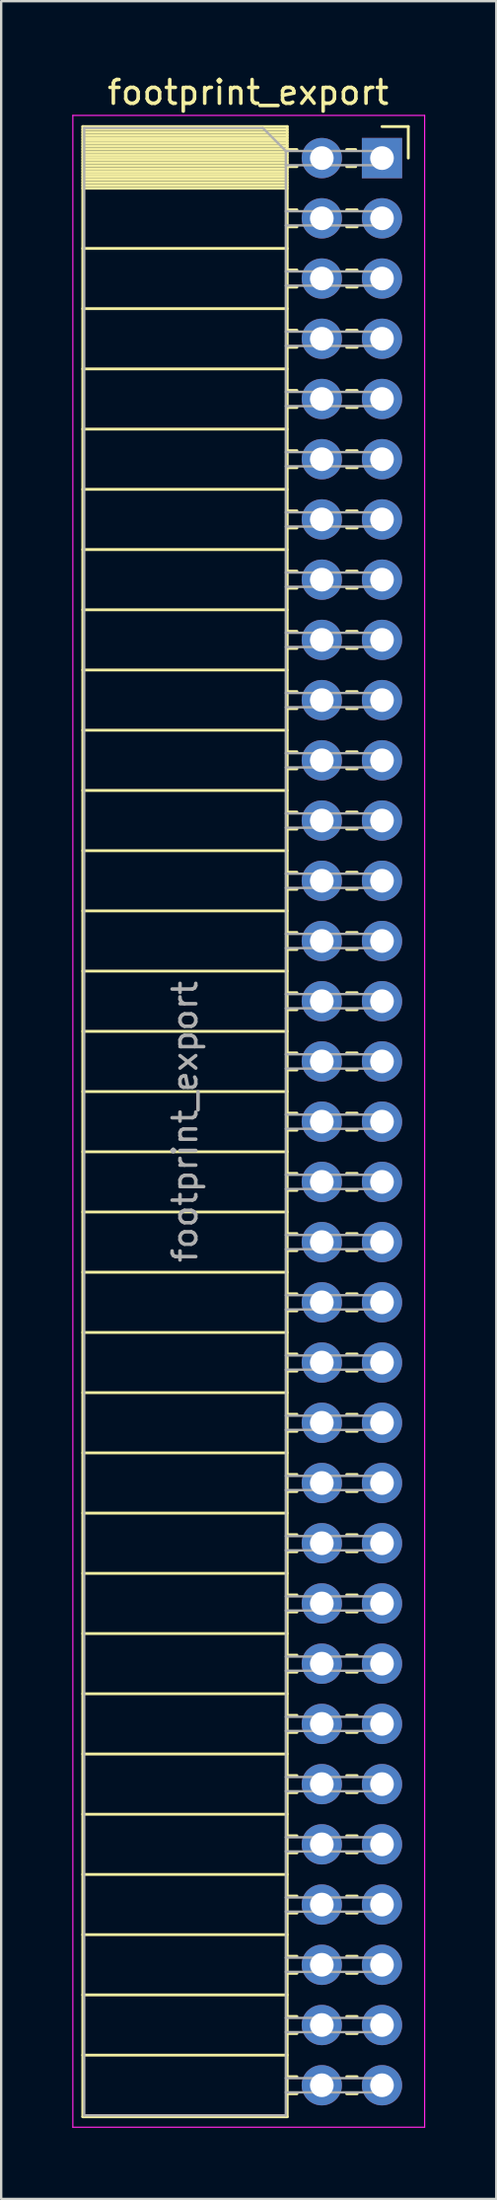
<source format=kicad_pcb>
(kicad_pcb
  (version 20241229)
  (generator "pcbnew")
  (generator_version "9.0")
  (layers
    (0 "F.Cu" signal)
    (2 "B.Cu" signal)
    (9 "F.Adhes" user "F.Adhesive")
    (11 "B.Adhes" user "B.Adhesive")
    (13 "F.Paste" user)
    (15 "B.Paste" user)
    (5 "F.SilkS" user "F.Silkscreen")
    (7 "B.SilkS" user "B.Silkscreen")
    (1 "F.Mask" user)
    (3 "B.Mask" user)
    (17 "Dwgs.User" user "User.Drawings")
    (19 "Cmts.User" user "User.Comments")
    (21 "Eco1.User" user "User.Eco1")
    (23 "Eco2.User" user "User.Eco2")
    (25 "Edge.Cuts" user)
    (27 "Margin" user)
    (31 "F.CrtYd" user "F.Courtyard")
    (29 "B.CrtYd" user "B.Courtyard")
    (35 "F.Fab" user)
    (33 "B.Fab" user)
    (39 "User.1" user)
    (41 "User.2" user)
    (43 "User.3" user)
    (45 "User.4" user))
  (footprint "footprint_export"
    (layer "F.Cu")
    (at 13.075 3.618)
    (property "Reference" "footprint_export" (at -5.65 -2.77 0) (layer "F.SilkS") (effects (font (size 1 1) (thickness 0.15))))
    (attr through_hole)
    (fp_line (start -12.63 -1.33) (end -12.63 82.61) (stroke (width 0.12) (type solid)) (layer "F.SilkS"))
    (fp_line (start -12.63 -1.33) (end -4 -1.33) (stroke (width 0.12) (type solid)) (layer "F.SilkS"))
    (fp_line (start -12.63 -1.21) (end -4 -1.21) (stroke (width 0.12) (type solid)) (layer "F.SilkS"))
    (fp_line (start -12.63 -1.092) (end -4 -1.092) (stroke (width 0.12) (type solid)) (layer "F.SilkS"))
    (fp_line (start -12.63 -0.974) (end -4 -0.974) (stroke (width 0.12) (type solid)) (layer "F.SilkS"))
    (fp_line (start -12.63 -0.856) (end -4 -0.856) (stroke (width 0.12) (type solid)) (layer "F.SilkS"))
    (fp_line (start -12.63 -0.738) (end -4 -0.738) (stroke (width 0.12) (type solid)) (layer "F.SilkS"))
    (fp_line (start -12.63 -0.62) (end -4 -0.62) (stroke (width 0.12) (type solid)) (layer "F.SilkS"))
    (fp_line (start -12.63 -0.501) (end -4 -0.501) (stroke (width 0.12) (type solid)) (layer "F.SilkS"))
    (fp_line (start -12.63 -0.383) (end -4 -0.383) (stroke (width 0.12) (type solid)) (layer "F.SilkS"))
    (fp_line (start -12.63 -0.265) (end -4 -0.265) (stroke (width 0.12) (type solid)) (layer "F.SilkS"))
    (fp_line (start -12.63 -0.147) (end -4 -0.147) (stroke (width 0.12) (type solid)) (layer "F.SilkS"))
    (fp_line (start -12.63 -0.029) (end -4 -0.029) (stroke (width 0.12) (type solid)) (layer "F.SilkS"))
    (fp_line (start -12.63 0.089) (end -4 0.089) (stroke (width 0.12) (type solid)) (layer "F.SilkS"))
    (fp_line (start -12.63 0.207) (end -4 0.207) (stroke (width 0.12) (type solid)) (layer "F.SilkS"))
    (fp_line (start -12.63 0.325) (end -4 0.325) (stroke (width 0.12) (type solid)) (layer "F.SilkS"))
    (fp_line (start -12.63 0.443) (end -4 0.443) (stroke (width 0.12) (type solid)) (layer "F.SilkS"))
    (fp_line (start -12.63 0.561) (end -4 0.561) (stroke (width 0.12) (type solid)) (layer "F.SilkS"))
    (fp_line (start -12.63 0.68) (end -4 0.68) (stroke (width 0.12) (type solid)) (layer "F.SilkS"))
    (fp_line (start -12.63 0.798) (end -4 0.798) (stroke (width 0.12) (type solid)) (layer "F.SilkS"))
    (fp_line (start -12.63 0.916) (end -4 0.916) (stroke (width 0.12) (type solid)) (layer "F.SilkS"))
    (fp_line (start -12.63 1.034) (end -4 1.034) (stroke (width 0.12) (type solid)) (layer "F.SilkS"))
    (fp_line (start -12.63 1.152) (end -4 1.152) (stroke (width 0.12) (type solid)) (layer "F.SilkS"))
    (fp_line (start -12.63 1.27) (end -4 1.27) (stroke (width 0.12) (type solid)) (layer "F.SilkS"))
    (fp_line (start -12.63 3.81) (end -4 3.81) (stroke (width 0.12) (type solid)) (layer "F.SilkS"))
    (fp_line (start -12.63 6.35) (end -4 6.35) (stroke (width 0.12) (type solid)) (layer "F.SilkS"))
    (fp_line (start -12.63 8.89) (end -4 8.89) (stroke (width 0.12) (type solid)) (layer "F.SilkS"))
    (fp_line (start -12.63 11.43) (end -4 11.43) (stroke (width 0.12) (type solid)) (layer "F.SilkS"))
    (fp_line (start -12.63 13.97) (end -4 13.97) (stroke (width 0.12) (type solid)) (layer "F.SilkS"))
    (fp_line (start -12.63 16.51) (end -4 16.51) (stroke (width 0.12) (type solid)) (layer "F.SilkS"))
    (fp_line (start -12.63 19.05) (end -4 19.05) (stroke (width 0.12) (type solid)) (layer "F.SilkS"))
    (fp_line (start -12.63 21.59) (end -4 21.59) (stroke (width 0.12) (type solid)) (layer "F.SilkS"))
    (fp_line (start -12.63 24.13) (end -4 24.13) (stroke (width 0.12) (type solid)) (layer "F.SilkS"))
    (fp_line (start -12.63 26.67) (end -4 26.67) (stroke (width 0.12) (type solid)) (layer "F.SilkS"))
    (fp_line (start -12.63 29.21) (end -4 29.21) (stroke (width 0.12) (type solid)) (layer "F.SilkS"))
    (fp_line (start -12.63 31.75) (end -4 31.75) (stroke (width 0.12) (type solid)) (layer "F.SilkS"))
    (fp_line (start -12.63 34.29) (end -4 34.29) (stroke (width 0.12) (type solid)) (layer "F.SilkS"))
    (fp_line (start -12.63 36.83) (end -4 36.83) (stroke (width 0.12) (type solid)) (layer "F.SilkS"))
    (fp_line (start -12.63 39.37) (end -4 39.37) (stroke (width 0.12) (type solid)) (layer "F.SilkS"))
    (fp_line (start -12.63 41.91) (end -4 41.91) (stroke (width 0.12) (type solid)) (layer "F.SilkS"))
    (fp_line (start -12.63 44.45) (end -4 44.45) (stroke (width 0.12) (type solid)) (layer "F.SilkS"))
    (fp_line (start -12.63 46.99) (end -4 46.99) (stroke (width 0.12) (type solid)) (layer "F.SilkS"))
    (fp_line (start -12.63 49.53) (end -4 49.53) (stroke (width 0.12) (type solid)) (layer "F.SilkS"))
    (fp_line (start -12.63 52.07) (end -4 52.07) (stroke (width 0.12) (type solid)) (layer "F.SilkS"))
    (fp_line (start -12.63 54.61) (end -4 54.61) (stroke (width 0.12) (type solid)) (layer "F.SilkS"))
    (fp_line (start -12.63 57.15) (end -4 57.15) (stroke (width 0.12) (type solid)) (layer "F.SilkS"))
    (fp_line (start -12.63 59.69) (end -4 59.69) (stroke (width 0.12) (type solid)) (layer "F.SilkS"))
    (fp_line (start -12.63 62.23) (end -4 62.23) (stroke (width 0.12) (type solid)) (layer "F.SilkS"))
    (fp_line (start -12.63 64.77) (end -4 64.77) (stroke (width 0.12) (type solid)) (layer "F.SilkS"))
    (fp_line (start -12.63 67.31) (end -4 67.31) (stroke (width 0.12) (type solid)) (layer "F.SilkS"))
    (fp_line (start -12.63 69.85) (end -4 69.85) (stroke (width 0.12) (type solid)) (layer "F.SilkS"))
    (fp_line (start -12.63 72.39) (end -4 72.39) (stroke (width 0.12) (type solid)) (layer "F.SilkS"))
    (fp_line (start -12.63 74.93) (end -4 74.93) (stroke (width 0.12) (type solid)) (layer "F.SilkS"))
    (fp_line (start -12.63 77.47) (end -4 77.47) (stroke (width 0.12) (type solid)) (layer "F.SilkS"))
    (fp_line (start -12.63 80.01) (end -4 80.01) (stroke (width 0.12) (type solid)) (layer "F.SilkS"))
    (fp_line (start -12.63 82.61) (end -4 82.61) (stroke (width 0.12) (type solid)) (layer "F.SilkS"))
    (fp_line (start -4 -1.33) (end -4 82.61) (stroke (width 0.12) (type solid)) (layer "F.SilkS"))
    (fp_line (start -4 -0.36) (end -3.59 -0.36) (stroke (width 0.12) (type solid)) (layer "F.SilkS"))
    (fp_line (start -4 0.36) (end -3.59 0.36) (stroke (width 0.12) (type solid)) (layer "F.SilkS"))
    (fp_line (start -4 2.18) (end -3.59 2.18) (stroke (width 0.12) (type solid)) (layer "F.SilkS"))
    (fp_line (start -4 2.9) (end -3.59 2.9) (stroke (width 0.12) (type solid)) (layer "F.SilkS"))
    (fp_line (start -4 4.72) (end -3.59 4.72) (stroke (width 0.12) (type solid)) (layer "F.SilkS"))
    (fp_line (start -4 5.44) (end -3.59 5.44) (stroke (width 0.12) (type solid)) (layer "F.SilkS"))
    (fp_line (start -4 7.26) (end -3.59 7.26) (stroke (width 0.12) (type solid)) (layer "F.SilkS"))
    (fp_line (start -4 7.98) (end -3.59 7.98) (stroke (width 0.12) (type solid)) (layer "F.SilkS"))
    (fp_line (start -4 9.8) (end -3.59 9.8) (stroke (width 0.12) (type solid)) (layer "F.SilkS"))
    (fp_line (start -4 10.52) (end -3.59 10.52) (stroke (width 0.12) (type solid)) (layer "F.SilkS"))
    (fp_line (start -4 12.34) (end -3.59 12.34) (stroke (width 0.12) (type solid)) (layer "F.SilkS"))
    (fp_line (start -4 13.06) (end -3.59 13.06) (stroke (width 0.12) (type solid)) (layer "F.SilkS"))
    (fp_line (start -4 14.88) (end -3.59 14.88) (stroke (width 0.12) (type solid)) (layer "F.SilkS"))
    (fp_line (start -4 15.6) (end -3.59 15.6) (stroke (width 0.12) (type solid)) (layer "F.SilkS"))
    (fp_line (start -4 17.42) (end -3.59 17.42) (stroke (width 0.12) (type solid)) (layer "F.SilkS"))
    (fp_line (start -4 18.14) (end -3.59 18.14) (stroke (width 0.12) (type solid)) (layer "F.SilkS"))
    (fp_line (start -4 19.96) (end -3.59 19.96) (stroke (width 0.12) (type solid)) (layer "F.SilkS"))
    (fp_line (start -4 20.68) (end -3.59 20.68) (stroke (width 0.12) (type solid)) (layer "F.SilkS"))
    (fp_line (start -4 22.5) (end -3.59 22.5) (stroke (width 0.12) (type solid)) (layer "F.SilkS"))
    (fp_line (start -4 23.22) (end -3.59 23.22) (stroke (width 0.12) (type solid)) (layer "F.SilkS"))
    (fp_line (start -4 25.04) (end -3.59 25.04) (stroke (width 0.12) (type solid)) (layer "F.SilkS"))
    (fp_line (start -4 25.76) (end -3.59 25.76) (stroke (width 0.12) (type solid)) (layer "F.SilkS"))
    (fp_line (start -4 27.58) (end -3.59 27.58) (stroke (width 0.12) (type solid)) (layer "F.SilkS"))
    (fp_line (start -4 28.3) (end -3.59 28.3) (stroke (width 0.12) (type solid)) (layer "F.SilkS"))
    (fp_line (start -4 30.12) (end -3.59 30.12) (stroke (width 0.12) (type solid)) (layer "F.SilkS"))
    (fp_line (start -4 30.84) (end -3.59 30.84) (stroke (width 0.12) (type solid)) (layer "F.SilkS"))
    (fp_line (start -4 32.66) (end -3.59 32.66) (stroke (width 0.12) (type solid)) (layer "F.SilkS"))
    (fp_line (start -4 33.38) (end -3.59 33.38) (stroke (width 0.12) (type solid)) (layer "F.SilkS"))
    (fp_line (start -4 35.2) (end -3.59 35.2) (stroke (width 0.12) (type solid)) (layer "F.SilkS"))
    (fp_line (start -4 35.92) (end -3.59 35.92) (stroke (width 0.12) (type solid)) (layer "F.SilkS"))
    (fp_line (start -4 37.74) (end -3.59 37.74) (stroke (width 0.12) (type solid)) (layer "F.SilkS"))
    (fp_line (start -4 38.46) (end -3.59 38.46) (stroke (width 0.12) (type solid)) (layer "F.SilkS"))
    (fp_line (start -4 40.28) (end -3.59 40.28) (stroke (width 0.12) (type solid)) (layer "F.SilkS"))
    (fp_line (start -4 41) (end -3.59 41) (stroke (width 0.12) (type solid)) (layer "F.SilkS"))
    (fp_line (start -4 42.82) (end -3.59 42.82) (stroke (width 0.12) (type solid)) (layer "F.SilkS"))
    (fp_line (start -4 43.54) (end -3.59 43.54) (stroke (width 0.12) (type solid)) (layer "F.SilkS"))
    (fp_line (start -4 45.36) (end -3.59 45.36) (stroke (width 0.12) (type solid)) (layer "F.SilkS"))
    (fp_line (start -4 46.08) (end -3.59 46.08) (stroke (width 0.12) (type solid)) (layer "F.SilkS"))
    (fp_line (start -4 47.9) (end -3.59 47.9) (stroke (width 0.12) (type solid)) (layer "F.SilkS"))
    (fp_line (start -4 48.62) (end -3.59 48.62) (stroke (width 0.12) (type solid)) (layer "F.SilkS"))
    (fp_line (start -4 50.44) (end -3.59 50.44) (stroke (width 0.12) (type solid)) (layer "F.SilkS"))
    (fp_line (start -4 51.16) (end -3.59 51.16) (stroke (width 0.12) (type solid)) (layer "F.SilkS"))
    (fp_line (start -4 52.98) (end -3.59 52.98) (stroke (width 0.12) (type solid)) (layer "F.SilkS"))
    (fp_line (start -4 53.7) (end -3.59 53.7) (stroke (width 0.12) (type solid)) (layer "F.SilkS"))
    (fp_line (start -4 55.52) (end -3.59 55.52) (stroke (width 0.12) (type solid)) (layer "F.SilkS"))
    (fp_line (start -4 56.24) (end -3.59 56.24) (stroke (width 0.12) (type solid)) (layer "F.SilkS"))
    (fp_line (start -4 58.06) (end -3.59 58.06) (stroke (width 0.12) (type solid)) (layer "F.SilkS"))
    (fp_line (start -4 58.78) (end -3.59 58.78) (stroke (width 0.12) (type solid)) (layer "F.SilkS"))
    (fp_line (start -4 60.6) (end -3.59 60.6) (stroke (width 0.12) (type solid)) (layer "F.SilkS"))
    (fp_line (start -4 61.32) (end -3.59 61.32) (stroke (width 0.12) (type solid)) (layer "F.SilkS"))
    (fp_line (start -4 63.14) (end -3.59 63.14) (stroke (width 0.12) (type solid)) (layer "F.SilkS"))
    (fp_line (start -4 63.86) (end -3.59 63.86) (stroke (width 0.12) (type solid)) (layer "F.SilkS"))
    (fp_line (start -4 65.68) (end -3.59 65.68) (stroke (width 0.12) (type solid)) (layer "F.SilkS"))
    (fp_line (start -4 66.4) (end -3.59 66.4) (stroke (width 0.12) (type solid)) (layer "F.SilkS"))
    (fp_line (start -4 68.22) (end -3.59 68.22) (stroke (width 0.12) (type solid)) (layer "F.SilkS"))
    (fp_line (start -4 68.94) (end -3.59 68.94) (stroke (width 0.12) (type solid)) (layer "F.SilkS"))
    (fp_line (start -4 70.76) (end -3.59 70.76) (stroke (width 0.12) (type solid)) (layer "F.SilkS"))
    (fp_line (start -4 71.48) (end -3.59 71.48) (stroke (width 0.12) (type solid)) (layer "F.SilkS"))
    (fp_line (start -4 73.3) (end -3.59 73.3) (stroke (width 0.12) (type solid)) (layer "F.SilkS"))
    (fp_line (start -4 74.02) (end -3.59 74.02) (stroke (width 0.12) (type solid)) (layer "F.SilkS"))
    (fp_line (start -4 75.84) (end -3.59 75.84) (stroke (width 0.12) (type solid)) (layer "F.SilkS"))
    (fp_line (start -4 76.56) (end -3.59 76.56) (stroke (width 0.12) (type solid)) (layer "F.SilkS"))
    (fp_line (start -4 78.38) (end -3.59 78.38) (stroke (width 0.12) (type solid)) (layer "F.SilkS"))
    (fp_line (start -4 79.1) (end -3.59 79.1) (stroke (width 0.12) (type solid)) (layer "F.SilkS"))
    (fp_line (start -4 80.92) (end -3.59 80.92) (stroke (width 0.12) (type solid)) (layer "F.SilkS"))
    (fp_line (start -4 81.64) (end -3.59 81.64) (stroke (width 0.12) (type solid)) (layer "F.SilkS"))
    (fp_line (start -1.49 -0.36) (end -1.11 -0.36) (stroke (width 0.12) (type solid)) (layer "F.SilkS"))
    (fp_line (start -1.49 0.36) (end -1.11 0.36) (stroke (width 0.12) (type solid)) (layer "F.SilkS"))
    (fp_line (start -1.49 2.18) (end -1.05 2.18) (stroke (width 0.12) (type solid)) (layer "F.SilkS"))
    (fp_line (start -1.49 2.9) (end -1.05 2.9) (stroke (width 0.12) (type solid)) (layer "F.SilkS"))
    (fp_line (start -1.49 4.72) (end -1.05 4.72) (stroke (width 0.12) (type solid)) (layer "F.SilkS"))
    (fp_line (start -1.49 5.44) (end -1.05 5.44) (stroke (width 0.12) (type solid)) (layer "F.SilkS"))
    (fp_line (start -1.49 7.26) (end -1.05 7.26) (stroke (width 0.12) (type solid)) (layer "F.SilkS"))
    (fp_line (start -1.49 7.98) (end -1.05 7.98) (stroke (width 0.12) (type solid)) (layer "F.SilkS"))
    (fp_line (start -1.49 9.8) (end -1.05 9.8) (stroke (width 0.12) (type solid)) (layer "F.SilkS"))
    (fp_line (start -1.49 10.52) (end -1.05 10.52) (stroke (width 0.12) (type solid)) (layer "F.SilkS"))
    (fp_line (start -1.49 12.34) (end -1.05 12.34) (stroke (width 0.12) (type solid)) (layer "F.SilkS"))
    (fp_line (start -1.49 13.06) (end -1.05 13.06) (stroke (width 0.12) (type solid)) (layer "F.SilkS"))
    (fp_line (start -1.49 14.88) (end -1.05 14.88) (stroke (width 0.12) (type solid)) (layer "F.SilkS"))
    (fp_line (start -1.49 15.6) (end -1.05 15.6) (stroke (width 0.12) (type solid)) (layer "F.SilkS"))
    (fp_line (start -1.49 17.42) (end -1.05 17.42) (stroke (width 0.12) (type solid)) (layer "F.SilkS"))
    (fp_line (start -1.49 18.14) (end -1.05 18.14) (stroke (width 0.12) (type solid)) (layer "F.SilkS"))
    (fp_line (start -1.49 19.96) (end -1.05 19.96) (stroke (width 0.12) (type solid)) (layer "F.SilkS"))
    (fp_line (start -1.49 20.68) (end -1.05 20.68) (stroke (width 0.12) (type solid)) (layer "F.SilkS"))
    (fp_line (start -1.49 22.5) (end -1.05 22.5) (stroke (width 0.12) (type solid)) (layer "F.SilkS"))
    (fp_line (start -1.49 23.22) (end -1.05 23.22) (stroke (width 0.12) (type solid)) (layer "F.SilkS"))
    (fp_line (start -1.49 25.04) (end -1.05 25.04) (stroke (width 0.12) (type solid)) (layer "F.SilkS"))
    (fp_line (start -1.49 25.76) (end -1.05 25.76) (stroke (width 0.12) (type solid)) (layer "F.SilkS"))
    (fp_line (start -1.49 27.58) (end -1.05 27.58) (stroke (width 0.12) (type solid)) (layer "F.SilkS"))
    (fp_line (start -1.49 28.3) (end -1.05 28.3) (stroke (width 0.12) (type solid)) (layer "F.SilkS"))
    (fp_line (start -1.49 30.12) (end -1.05 30.12) (stroke (width 0.12) (type solid)) (layer "F.SilkS"))
    (fp_line (start -1.49 30.84) (end -1.05 30.84) (stroke (width 0.12) (type solid)) (layer "F.SilkS"))
    (fp_line (start -1.49 32.66) (end -1.05 32.66) (stroke (width 0.12) (type solid)) (layer "F.SilkS"))
    (fp_line (start -1.49 33.38) (end -1.05 33.38) (stroke (width 0.12) (type solid)) (layer "F.SilkS"))
    (fp_line (start -1.49 35.2) (end -1.05 35.2) (stroke (width 0.12) (type solid)) (layer "F.SilkS"))
    (fp_line (start -1.49 35.92) (end -1.05 35.92) (stroke (width 0.12) (type solid)) (layer "F.SilkS"))
    (fp_line (start -1.49 37.74) (end -1.05 37.74) (stroke (width 0.12) (type solid)) (layer "F.SilkS"))
    (fp_line (start -1.49 38.46) (end -1.05 38.46) (stroke (width 0.12) (type solid)) (layer "F.SilkS"))
    (fp_line (start -1.49 40.28) (end -1.05 40.28) (stroke (width 0.12) (type solid)) (layer "F.SilkS"))
    (fp_line (start -1.49 41) (end -1.05 41) (stroke (width 0.12) (type solid)) (layer "F.SilkS"))
    (fp_line (start -1.49 42.82) (end -1.05 42.82) (stroke (width 0.12) (type solid)) (layer "F.SilkS"))
    (fp_line (start -1.49 43.54) (end -1.05 43.54) (stroke (width 0.12) (type solid)) (layer "F.SilkS"))
    (fp_line (start -1.49 45.36) (end -1.05 45.36) (stroke (width 0.12) (type solid)) (layer "F.SilkS"))
    (fp_line (start -1.49 46.08) (end -1.05 46.08) (stroke (width 0.12) (type solid)) (layer "F.SilkS"))
    (fp_line (start -1.49 47.9) (end -1.05 47.9) (stroke (width 0.12) (type solid)) (layer "F.SilkS"))
    (fp_line (start -1.49 48.62) (end -1.05 48.62) (stroke (width 0.12) (type solid)) (layer "F.SilkS"))
    (fp_line (start -1.49 50.44) (end -1.05 50.44) (stroke (width 0.12) (type solid)) (layer "F.SilkS"))
    (fp_line (start -1.49 51.16) (end -1.05 51.16) (stroke (width 0.12) (type solid)) (layer "F.SilkS"))
    (fp_line (start -1.49 52.98) (end -1.05 52.98) (stroke (width 0.12) (type solid)) (layer "F.SilkS"))
    (fp_line (start -1.49 53.7) (end -1.05 53.7) (stroke (width 0.12) (type solid)) (layer "F.SilkS"))
    (fp_line (start -1.49 55.52) (end -1.05 55.52) (stroke (width 0.12) (type solid)) (layer "F.SilkS"))
    (fp_line (start -1.49 56.24) (end -1.05 56.24) (stroke (width 0.12) (type solid)) (layer "F.SilkS"))
    (fp_line (start -1.49 58.06) (end -1.05 58.06) (stroke (width 0.12) (type solid)) (layer "F.SilkS"))
    (fp_line (start -1.49 58.78) (end -1.05 58.78) (stroke (width 0.12) (type solid)) (layer "F.SilkS"))
    (fp_line (start -1.49 60.6) (end -1.05 60.6) (stroke (width 0.12) (type solid)) (layer "F.SilkS"))
    (fp_line (start -1.49 61.32) (end -1.05 61.32) (stroke (width 0.12) (type solid)) (layer "F.SilkS"))
    (fp_line (start -1.49 63.14) (end -1.05 63.14) (stroke (width 0.12) (type solid)) (layer "F.SilkS"))
    (fp_line (start -1.49 63.86) (end -1.05 63.86) (stroke (width 0.12) (type solid)) (layer "F.SilkS"))
    (fp_line (start -1.49 65.68) (end -1.05 65.68) (stroke (width 0.12) (type solid)) (layer "F.SilkS"))
    (fp_line (start -1.49 66.4) (end -1.05 66.4) (stroke (width 0.12) (type solid)) (layer "F.SilkS"))
    (fp_line (start -1.49 68.22) (end -1.05 68.22) (stroke (width 0.12) (type solid)) (layer "F.SilkS"))
    (fp_line (start -1.49 68.94) (end -1.05 68.94) (stroke (width 0.12) (type solid)) (layer "F.SilkS"))
    (fp_line (start -1.49 70.76) (end -1.05 70.76) (stroke (width 0.12) (type solid)) (layer "F.SilkS"))
    (fp_line (start -1.49 71.48) (end -1.05 71.48) (stroke (width 0.12) (type solid)) (layer "F.SilkS"))
    (fp_line (start -1.49 73.3) (end -1.05 73.3) (stroke (width 0.12) (type solid)) (layer "F.SilkS"))
    (fp_line (start -1.49 74.02) (end -1.05 74.02) (stroke (width 0.12) (type solid)) (layer "F.SilkS"))
    (fp_line (start -1.49 75.84) (end -1.05 75.84) (stroke (width 0.12) (type solid)) (layer "F.SilkS"))
    (fp_line (start -1.49 76.56) (end -1.05 76.56) (stroke (width 0.12) (type solid)) (layer "F.SilkS"))
    (fp_line (start -1.49 78.38) (end -1.05 78.38) (stroke (width 0.12) (type solid)) (layer "F.SilkS"))
    (fp_line (start -1.49 79.1) (end -1.05 79.1) (stroke (width 0.12) (type solid)) (layer "F.SilkS"))
    (fp_line (start -1.49 80.92) (end -1.05 80.92) (stroke (width 0.12) (type solid)) (layer "F.SilkS"))
    (fp_line (start -1.49 81.64) (end -1.05 81.64) (stroke (width 0.12) (type solid)) (layer "F.SilkS"))
    (fp_line (start 0 -1.33) (end 1.11 -1.33) (stroke (width 0.12) (type solid)) (layer "F.SilkS"))
    (fp_line (start 1.11 -1.33) (end 1.11 0) (stroke (width 0.12) (type solid)) (layer "F.SilkS"))
    (fp_line (start -13.05 -1.8) (end -13.05 83.05) (stroke (width 0.05) (type solid)) (layer "F.CrtYd"))
    (fp_line (start -13.05 83.05) (end 1.8 83.05) (stroke (width 0.05) (type solid)) (layer "F.CrtYd"))
    (fp_line (start 1.8 -1.8) (end -13.05 -1.8) (stroke (width 0.05) (type solid)) (layer "F.CrtYd"))
    (fp_line (start 1.8 83.05) (end 1.8 -1.8) (stroke (width 0.05) (type solid)) (layer "F.CrtYd"))
    (fp_line (start -12.57 -1.27) (end -5.03 -1.27) (stroke (width 0.1) (type solid)) (layer "F.Fab"))
    (fp_line (start -12.57 82.55) (end -12.57 -1.27) (stroke (width 0.1) (type solid)) (layer "F.Fab"))
    (fp_line (start -5.03 -1.27) (end -4.06 -0.3) (stroke (width 0.1) (type solid)) (layer "F.Fab"))
    (fp_line (start -4.06 -0.3) (end -4.06 82.55) (stroke (width 0.1) (type solid)) (layer "F.Fab"))
    (fp_line (start -4.06 0.3) (end 0 0.3) (stroke (width 0.1) (type solid)) (layer "F.Fab"))
    (fp_line (start -4.06 2.84) (end 0 2.84) (stroke (width 0.1) (type solid)) (layer "F.Fab"))
    (fp_line (start -4.06 5.38) (end 0 5.38) (stroke (width 0.1) (type solid)) (layer "F.Fab"))
    (fp_line (start -4.06 7.92) (end 0 7.92) (stroke (width 0.1) (type solid)) (layer "F.Fab"))
    (fp_line (start -4.06 10.46) (end 0 10.46) (stroke (width 0.1) (type solid)) (layer "F.Fab"))
    (fp_line (start -4.06 13) (end 0 13) (stroke (width 0.1) (type solid)) (layer "F.Fab"))
    (fp_line (start -4.06 15.54) (end 0 15.54) (stroke (width 0.1) (type solid)) (layer "F.Fab"))
    (fp_line (start -4.06 18.08) (end 0 18.08) (stroke (width 0.1) (type solid)) (layer "F.Fab"))
    (fp_line (start -4.06 20.62) (end 0 20.62) (stroke (width 0.1) (type solid)) (layer "F.Fab"))
    (fp_line (start -4.06 23.16) (end 0 23.16) (stroke (width 0.1) (type solid)) (layer "F.Fab"))
    (fp_line (start -4.06 25.7) (end 0 25.7) (stroke (width 0.1) (type solid)) (layer "F.Fab"))
    (fp_line (start -4.06 28.24) (end 0 28.24) (stroke (width 0.1) (type solid)) (layer "F.Fab"))
    (fp_line (start -4.06 30.78) (end 0 30.78) (stroke (width 0.1) (type solid)) (layer "F.Fab"))
    (fp_line (start -4.06 33.32) (end 0 33.32) (stroke (width 0.1) (type solid)) (layer "F.Fab"))
    (fp_line (start -4.06 35.86) (end 0 35.86) (stroke (width 0.1) (type solid)) (layer "F.Fab"))
    (fp_line (start -4.06 38.4) (end 0 38.4) (stroke (width 0.1) (type solid)) (layer "F.Fab"))
    (fp_line (start -4.06 40.94) (end 0 40.94) (stroke (width 0.1) (type solid)) (layer "F.Fab"))
    (fp_line (start -4.06 43.48) (end 0 43.48) (stroke (width 0.1) (type solid)) (layer "F.Fab"))
    (fp_line (start -4.06 46.02) (end 0 46.02) (stroke (width 0.1) (type solid)) (layer "F.Fab"))
    (fp_line (start -4.06 48.56) (end 0 48.56) (stroke (width 0.1) (type solid)) (layer "F.Fab"))
    (fp_line (start -4.06 51.1) (end 0 51.1) (stroke (width 0.1) (type solid)) (layer "F.Fab"))
    (fp_line (start -4.06 53.64) (end 0 53.64) (stroke (width 0.1) (type solid)) (layer "F.Fab"))
    (fp_line (start -4.06 56.18) (end 0 56.18) (stroke (width 0.1) (type solid)) (layer "F.Fab"))
    (fp_line (start -4.06 58.72) (end 0 58.72) (stroke (width 0.1) (type solid)) (layer "F.Fab"))
    (fp_line (start -4.06 61.26) (end 0 61.26) (stroke (width 0.1) (type solid)) (layer "F.Fab"))
    (fp_line (start -4.06 63.8) (end 0 63.8) (stroke (width 0.1) (type solid)) (layer "F.Fab"))
    (fp_line (start -4.06 66.34) (end 0 66.34) (stroke (width 0.1) (type solid)) (layer "F.Fab"))
    (fp_line (start -4.06 68.88) (end 0 68.88) (stroke (width 0.1) (type solid)) (layer "F.Fab"))
    (fp_line (start -4.06 71.42) (end 0 71.42) (stroke (width 0.1) (type solid)) (layer "F.Fab"))
    (fp_line (start -4.06 73.96) (end 0 73.96) (stroke (width 0.1) (type solid)) (layer "F.Fab"))
    (fp_line (start -4.06 76.5) (end 0 76.5) (stroke (width 0.1) (type solid)) (layer "F.Fab"))
    (fp_line (start -4.06 79.04) (end 0 79.04) (stroke (width 0.1) (type solid)) (layer "F.Fab"))
    (fp_line (start -4.06 81.58) (end 0 81.58) (stroke (width 0.1) (type solid)) (layer "F.Fab"))
    (fp_line (start -4.06 82.55) (end -12.57 82.55) (stroke (width 0.1) (type solid)) (layer "F.Fab"))
    (fp_line (start 0 -0.3) (end -4.06 -0.3) (stroke (width 0.1) (type solid)) (layer "F.Fab"))
    (fp_line (start 0 0.3) (end 0 -0.3) (stroke (width 0.1) (type solid)) (layer "F.Fab"))
    (fp_line (start 0 2.24) (end -4.06 2.24) (stroke (width 0.1) (type solid)) (layer "F.Fab"))
    (fp_line (start 0 2.84) (end 0 2.24) (stroke (width 0.1) (type solid)) (layer "F.Fab"))
    (fp_line (start 0 4.78) (end -4.06 4.78) (stroke (width 0.1) (type solid)) (layer "F.Fab"))
    (fp_line (start 0 5.38) (end 0 4.78) (stroke (width 0.1) (type solid)) (layer "F.Fab"))
    (fp_line (start 0 7.32) (end -4.06 7.32) (stroke (width 0.1) (type solid)) (layer "F.Fab"))
    (fp_line (start 0 7.92) (end 0 7.32) (stroke (width 0.1) (type solid)) (layer "F.Fab"))
    (fp_line (start 0 9.86) (end -4.06 9.86) (stroke (width 0.1) (type solid)) (layer "F.Fab"))
    (fp_line (start 0 10.46) (end 0 9.86) (stroke (width 0.1) (type solid)) (layer "F.Fab"))
    (fp_line (start 0 12.4) (end -4.06 12.4) (stroke (width 0.1) (type solid)) (layer "F.Fab"))
    (fp_line (start 0 13) (end 0 12.4) (stroke (width 0.1) (type solid)) (layer "F.Fab"))
    (fp_line (start 0 14.94) (end -4.06 14.94) (stroke (width 0.1) (type solid)) (layer "F.Fab"))
    (fp_line (start 0 15.54) (end 0 14.94) (stroke (width 0.1) (type solid)) (layer "F.Fab"))
    (fp_line (start 0 17.48) (end -4.06 17.48) (stroke (width 0.1) (type solid)) (layer "F.Fab"))
    (fp_line (start 0 18.08) (end 0 17.48) (stroke (width 0.1) (type solid)) (layer "F.Fab"))
    (fp_line (start 0 20.02) (end -4.06 20.02) (stroke (width 0.1) (type solid)) (layer "F.Fab"))
    (fp_line (start 0 20.62) (end 0 20.02) (stroke (width 0.1) (type solid)) (layer "F.Fab"))
    (fp_line (start 0 22.56) (end -4.06 22.56) (stroke (width 0.1) (type solid)) (layer "F.Fab"))
    (fp_line (start 0 23.16) (end 0 22.56) (stroke (width 0.1) (type solid)) (layer "F.Fab"))
    (fp_line (start 0 25.1) (end -4.06 25.1) (stroke (width 0.1) (type solid)) (layer "F.Fab"))
    (fp_line (start 0 25.7) (end 0 25.1) (stroke (width 0.1) (type solid)) (layer "F.Fab"))
    (fp_line (start 0 27.64) (end -4.06 27.64) (stroke (width 0.1) (type solid)) (layer "F.Fab"))
    (fp_line (start 0 28.24) (end 0 27.64) (stroke (width 0.1) (type solid)) (layer "F.Fab"))
    (fp_line (start 0 30.18) (end -4.06 30.18) (stroke (width 0.1) (type solid)) (layer "F.Fab"))
    (fp_line (start 0 30.78) (end 0 30.18) (stroke (width 0.1) (type solid)) (layer "F.Fab"))
    (fp_line (start 0 32.72) (end -4.06 32.72) (stroke (width 0.1) (type solid)) (layer "F.Fab"))
    (fp_line (start 0 33.32) (end 0 32.72) (stroke (width 0.1) (type solid)) (layer "F.Fab"))
    (fp_line (start 0 35.26) (end -4.06 35.26) (stroke (width 0.1) (type solid)) (layer "F.Fab"))
    (fp_line (start 0 35.86) (end 0 35.26) (stroke (width 0.1) (type solid)) (layer "F.Fab"))
    (fp_line (start 0 37.8) (end -4.06 37.8) (stroke (width 0.1) (type solid)) (layer "F.Fab"))
    (fp_line (start 0 38.4) (end 0 37.8) (stroke (width 0.1) (type solid)) (layer "F.Fab"))
    (fp_line (start 0 40.34) (end -4.06 40.34) (stroke (width 0.1) (type solid)) (layer "F.Fab"))
    (fp_line (start 0 40.94) (end 0 40.34) (stroke (width 0.1) (type solid)) (layer "F.Fab"))
    (fp_line (start 0 42.88) (end -4.06 42.88) (stroke (width 0.1) (type solid)) (layer "F.Fab"))
    (fp_line (start 0 43.48) (end 0 42.88) (stroke (width 0.1) (type solid)) (layer "F.Fab"))
    (fp_line (start 0 45.42) (end -4.06 45.42) (stroke (width 0.1) (type solid)) (layer "F.Fab"))
    (fp_line (start 0 46.02) (end 0 45.42) (stroke (width 0.1) (type solid)) (layer "F.Fab"))
    (fp_line (start 0 47.96) (end -4.06 47.96) (stroke (width 0.1) (type solid)) (layer "F.Fab"))
    (fp_line (start 0 48.56) (end 0 47.96) (stroke (width 0.1) (type solid)) (layer "F.Fab"))
    (fp_line (start 0 50.5) (end -4.06 50.5) (stroke (width 0.1) (type solid)) (layer "F.Fab"))
    (fp_line (start 0 51.1) (end 0 50.5) (stroke (width 0.1) (type solid)) (layer "F.Fab"))
    (fp_line (start 0 53.04) (end -4.06 53.04) (stroke (width 0.1) (type solid)) (layer "F.Fab"))
    (fp_line (start 0 53.64) (end 0 53.04) (stroke (width 0.1) (type solid)) (layer "F.Fab"))
    (fp_line (start 0 55.58) (end -4.06 55.58) (stroke (width 0.1) (type solid)) (layer "F.Fab"))
    (fp_line (start 0 56.18) (end 0 55.58) (stroke (width 0.1) (type solid)) (layer "F.Fab"))
    (fp_line (start 0 58.12) (end -4.06 58.12) (stroke (width 0.1) (type solid)) (layer "F.Fab"))
    (fp_line (start 0 58.72) (end 0 58.12) (stroke (width 0.1) (type solid)) (layer "F.Fab"))
    (fp_line (start 0 60.66) (end -4.06 60.66) (stroke (width 0.1) (type solid)) (layer "F.Fab"))
    (fp_line (start 0 61.26) (end 0 60.66) (stroke (width 0.1) (type solid)) (layer "F.Fab"))
    (fp_line (start 0 63.2) (end -4.06 63.2) (stroke (width 0.1) (type solid)) (layer "F.Fab"))
    (fp_line (start 0 63.8) (end 0 63.2) (stroke (width 0.1) (type solid)) (layer "F.Fab"))
    (fp_line (start 0 65.74) (end -4.06 65.74) (stroke (width 0.1) (type solid)) (layer "F.Fab"))
    (fp_line (start 0 66.34) (end 0 65.74) (stroke (width 0.1) (type solid)) (layer "F.Fab"))
    (fp_line (start 0 68.28) (end -4.06 68.28) (stroke (width 0.1) (type solid)) (layer "F.Fab"))
    (fp_line (start 0 68.88) (end 0 68.28) (stroke (width 0.1) (type solid)) (layer "F.Fab"))
    (fp_line (start 0 70.82) (end -4.06 70.82) (stroke (width 0.1) (type solid)) (layer "F.Fab"))
    (fp_line (start 0 71.42) (end 0 70.82) (stroke (width 0.1) (type solid)) (layer "F.Fab"))
    (fp_line (start 0 73.36) (end -4.06 73.36) (stroke (width 0.1) (type solid)) (layer "F.Fab"))
    (fp_line (start 0 73.96) (end 0 73.36) (stroke (width 0.1) (type solid)) (layer "F.Fab"))
    (fp_line (start 0 75.9) (end -4.06 75.9) (stroke (width 0.1) (type solid)) (layer "F.Fab"))
    (fp_line (start 0 76.5) (end 0 75.9) (stroke (width 0.1) (type solid)) (layer "F.Fab"))
    (fp_line (start 0 78.44) (end -4.06 78.44) (stroke (width 0.1) (type solid)) (layer "F.Fab"))
    (fp_line (start 0 79.04) (end 0 78.44) (stroke (width 0.1) (type solid)) (layer "F.Fab"))
    (fp_line (start 0 80.98) (end -4.06 80.98) (stroke (width 0.1) (type solid)) (layer "F.Fab"))
    (fp_line (start 0 81.58) (end 0 80.98) (stroke (width 0.1) (type solid)) (layer "F.Fab"))
    (fp_text user "${REFERENCE}" (at -8.315 40.64 90) (layer "F.Fab") (effects (font (size 1 1) (thickness 0.15))))
    (pad "1" thru_hole rect (at 0 0) (size 1.7 1.7) (drill 1) (layers "*.Cu" "*.Mask"))
    (pad "2" thru_hole oval (at -2.54 0) (size 1.7 1.7) (drill 1) (layers "*.Cu" "*.Mask"))
    (pad "3" thru_hole oval (at 0 2.54) (size 1.7 1.7) (drill 1) (layers "*.Cu" "*.Mask"))
    (pad "4" thru_hole oval (at -2.54 2.54) (size 1.7 1.7) (drill 1) (layers "*.Cu" "*.Mask"))
    (pad "5" thru_hole oval (at 0 5.08) (size 1.7 1.7) (drill 1) (layers "*.Cu" "*.Mask"))
    (pad "6" thru_hole oval (at -2.54 5.08) (size 1.7 1.7) (drill 1) (layers "*.Cu" "*.Mask"))
    (pad "7" thru_hole oval (at 0 7.62) (size 1.7 1.7) (drill 1) (layers "*.Cu" "*.Mask"))
    (pad "8" thru_hole oval (at -2.54 7.62) (size 1.7 1.7) (drill 1) (layers "*.Cu" "*.Mask"))
    (pad "9" thru_hole oval (at 0 10.16) (size 1.7 1.7) (drill 1) (layers "*.Cu" "*.Mask"))
    (pad "10" thru_hole oval (at -2.54 10.16) (size 1.7 1.7) (drill 1) (layers "*.Cu" "*.Mask"))
    (pad "11" thru_hole oval (at 0 12.7) (size 1.7 1.7) (drill 1) (layers "*.Cu" "*.Mask"))
    (pad "12" thru_hole oval (at -2.54 12.7) (size 1.7 1.7) (drill 1) (layers "*.Cu" "*.Mask"))
    (pad "13" thru_hole oval (at 0 15.24) (size 1.7 1.7) (drill 1) (layers "*.Cu" "*.Mask"))
    (pad "14" thru_hole oval (at -2.54 15.24) (size 1.7 1.7) (drill 1) (layers "*.Cu" "*.Mask"))
    (pad "15" thru_hole oval (at 0 17.78) (size 1.7 1.7) (drill 1) (layers "*.Cu" "*.Mask"))
    (pad "16" thru_hole oval (at -2.54 17.78) (size 1.7 1.7) (drill 1) (layers "*.Cu" "*.Mask"))
    (pad "17" thru_hole oval (at 0 20.32) (size 1.7 1.7) (drill 1) (layers "*.Cu" "*.Mask"))
    (pad "18" thru_hole oval (at -2.54 20.32) (size 1.7 1.7) (drill 1) (layers "*.Cu" "*.Mask"))
    (pad "19" thru_hole oval (at 0 22.86) (size 1.7 1.7) (drill 1) (layers "*.Cu" "*.Mask"))
    (pad "20" thru_hole oval (at -2.54 22.86) (size 1.7 1.7) (drill 1) (layers "*.Cu" "*.Mask"))
    (pad "21" thru_hole oval (at 0 25.4) (size 1.7 1.7) (drill 1) (layers "*.Cu" "*.Mask"))
    (pad "22" thru_hole oval (at -2.54 25.4) (size 1.7 1.7) (drill 1) (layers "*.Cu" "*.Mask"))
    (pad "23" thru_hole oval (at 0 27.94) (size 1.7 1.7) (drill 1) (layers "*.Cu" "*.Mask"))
    (pad "24" thru_hole oval (at -2.54 27.94) (size 1.7 1.7) (drill 1) (layers "*.Cu" "*.Mask"))
    (pad "25" thru_hole oval (at 0 30.48) (size 1.7 1.7) (drill 1) (layers "*.Cu" "*.Mask"))
    (pad "26" thru_hole oval (at -2.54 30.48) (size 1.7 1.7) (drill 1) (layers "*.Cu" "*.Mask"))
    (pad "27" thru_hole oval (at 0 33.02) (size 1.7 1.7) (drill 1) (layers "*.Cu" "*.Mask"))
    (pad "28" thru_hole oval (at -2.54 33.02) (size 1.7 1.7) (drill 1) (layers "*.Cu" "*.Mask"))
    (pad "29" thru_hole oval (at 0 35.56) (size 1.7 1.7) (drill 1) (layers "*.Cu" "*.Mask"))
    (pad "30" thru_hole oval (at -2.54 35.56) (size 1.7 1.7) (drill 1) (layers "*.Cu" "*.Mask"))
    (pad "31" thru_hole oval (at 0 38.1) (size 1.7 1.7) (drill 1) (layers "*.Cu" "*.Mask"))
    (pad "32" thru_hole oval (at -2.54 38.1) (size 1.7 1.7) (drill 1) (layers "*.Cu" "*.Mask"))
    (pad "33" thru_hole oval (at 0 40.64) (size 1.7 1.7) (drill 1) (layers "*.Cu" "*.Mask"))
    (pad "34" thru_hole oval (at -2.54 40.64) (size 1.7 1.7) (drill 1) (layers "*.Cu" "*.Mask"))
    (pad "35" thru_hole oval (at 0 43.18) (size 1.7 1.7) (drill 1) (layers "*.Cu" "*.Mask"))
    (pad "36" thru_hole oval (at -2.54 43.18) (size 1.7 1.7) (drill 1) (layers "*.Cu" "*.Mask"))
    (pad "37" thru_hole oval (at 0 45.72) (size 1.7 1.7) (drill 1) (layers "*.Cu" "*.Mask"))
    (pad "38" thru_hole oval (at -2.54 45.72) (size 1.7 1.7) (drill 1) (layers "*.Cu" "*.Mask"))
    (pad "39" thru_hole oval (at 0 48.26) (size 1.7 1.7) (drill 1) (layers "*.Cu" "*.Mask"))
    (pad "40" thru_hole oval (at -2.54 48.26) (size 1.7 1.7) (drill 1) (layers "*.Cu" "*.Mask"))
    (pad "41" thru_hole oval (at 0 50.8) (size 1.7 1.7) (drill 1) (layers "*.Cu" "*.Mask"))
    (pad "42" thru_hole oval (at -2.54 50.8) (size 1.7 1.7) (drill 1) (layers "*.Cu" "*.Mask"))
    (pad "43" thru_hole oval (at 0 53.34) (size 1.7 1.7) (drill 1) (layers "*.Cu" "*.Mask"))
    (pad "44" thru_hole oval (at -2.54 53.34) (size 1.7 1.7) (drill 1) (layers "*.Cu" "*.Mask"))
    (pad "45" thru_hole oval (at 0 55.88) (size 1.7 1.7) (drill 1) (layers "*.Cu" "*.Mask"))
    (pad "46" thru_hole oval (at -2.54 55.88) (size 1.7 1.7) (drill 1) (layers "*.Cu" "*.Mask"))
    (pad "47" thru_hole oval (at 0 58.42) (size 1.7 1.7) (drill 1) (layers "*.Cu" "*.Mask"))
    (pad "48" thru_hole oval (at -2.54 58.42) (size 1.7 1.7) (drill 1) (layers "*.Cu" "*.Mask"))
    (pad "49" thru_hole oval (at 0 60.96) (size 1.7 1.7) (drill 1) (layers "*.Cu" "*.Mask"))
    (pad "50" thru_hole oval (at -2.54 60.96) (size 1.7 1.7) (drill 1) (layers "*.Cu" "*.Mask"))
    (pad "51" thru_hole oval (at 0 63.5) (size 1.7 1.7) (drill 1) (layers "*.Cu" "*.Mask"))
    (pad "52" thru_hole oval (at -2.54 63.5) (size 1.7 1.7) (drill 1) (layers "*.Cu" "*.Mask"))
    (pad "53" thru_hole oval (at 0 66.04) (size 1.7 1.7) (drill 1) (layers "*.Cu" "*.Mask"))
    (pad "54" thru_hole oval (at -2.54 66.04) (size 1.7 1.7) (drill 1) (layers "*.Cu" "*.Mask"))
    (pad "55" thru_hole oval (at 0 68.58) (size 1.7 1.7) (drill 1) (layers "*.Cu" "*.Mask"))
    (pad "56" thru_hole oval (at -2.54 68.58) (size 1.7 1.7) (drill 1) (layers "*.Cu" "*.Mask"))
    (pad "57" thru_hole oval (at 0 71.12) (size 1.7 1.7) (drill 1) (layers "*.Cu" "*.Mask"))
    (pad "58" thru_hole oval (at -2.54 71.12) (size 1.7 1.7) (drill 1) (layers "*.Cu" "*.Mask"))
    (pad "59" thru_hole oval (at 0 73.66) (size 1.7 1.7) (drill 1) (layers "*.Cu" "*.Mask"))
    (pad "60" thru_hole oval (at -2.54 73.66) (size 1.7 1.7) (drill 1) (layers "*.Cu" "*.Mask"))
    (pad "61" thru_hole oval (at 0 76.2) (size 1.7 1.7) (drill 1) (layers "*.Cu" "*.Mask"))
    (pad "62" thru_hole oval (at -2.54 76.2) (size 1.7 1.7) (drill 1) (layers "*.Cu" "*.Mask"))
    (pad "63" thru_hole oval (at 0 78.74) (size 1.7 1.7) (drill 1) (layers "*.Cu" "*.Mask"))
    (pad "64" thru_hole oval (at -2.54 78.74) (size 1.7 1.7) (drill 1) (layers "*.Cu" "*.Mask"))
    (pad "65" thru_hole oval (at 0 81.28) (size 1.7 1.7) (drill 1) (layers "*.Cu" "*.Mask"))
    (pad "66" thru_hole oval (at -2.54 81.28) (size 1.7 1.7) (drill 1) (layers "*.Cu" "*.Mask")))
  (gr_rect
    (start -3 -3)
    (end 17.9 89.693)
    (stroke (width 0.1) (type default))
    (fill no)
    (layer "Edge.Cuts")))
</source>
